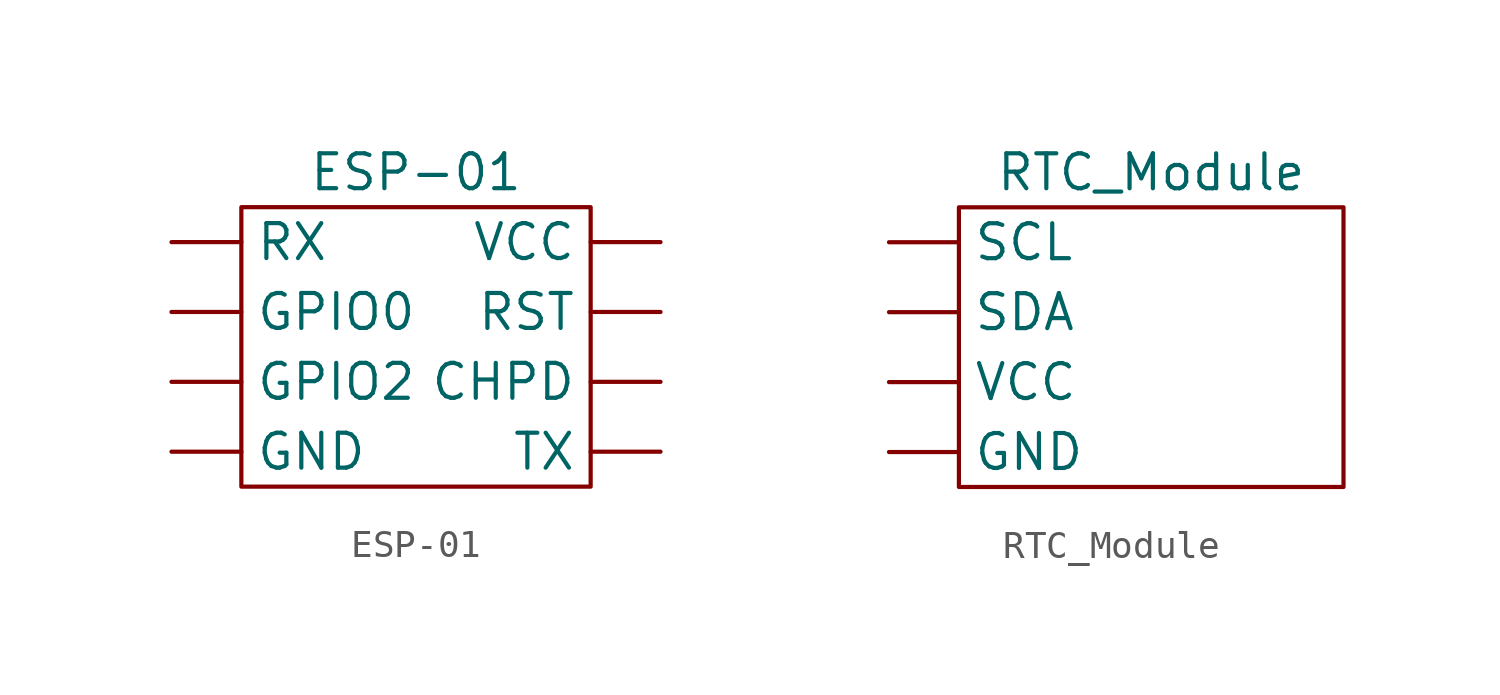
<source format=kicad_sym>
(kicad_symbol_lib
  (version 20211014)
  (generator kicad_symbol_editor)
  (symbol "ESP-01"
    (property "Reference" "U"
      (at 3.175 6.35 0)
      (effects (font (size 1.27 1.27)) hide))
    (property "Value" "ESP-01"
      (at 0 8.255 0)
      (effects (font (size 1.27 1.27))))
    (symbol "ESP-01_0_1"
      (rectangle (start -6.35 6.985) (end 6.35 -3.175) (stroke (width 0) (type default) (color 0 0 0 0)) (fill (type none))))
    (symbol "ESP-01_1_1"
      (pin input line (at 8.89 0.635 180) (length 2.54) (name "CHPD" (effects (font (size 1.27 1.27)))) (number "" (effects (font (size 1.27 1.27)))))
      (pin power_in line (at -8.89 -1.905 0) (length 2.54) (name "GND" (effects (font (size 1.27 1.27)))) (number "" (effects (font (size 1.27 1.27)))))
      (pin output line (at -8.89 3.175 0) (length 2.54) (name "GPIO0" (effects (font (size 1.27 1.27)))) (number "" (effects (font (size 1.27 1.27)))))
      (pin output line (at -8.89 0.635 0) (length 2.54) (name "GPIO2" (effects (font (size 1.27 1.27)))) (number "" (effects (font (size 1.27 1.27)))))
      (pin input line (at 8.89 3.175 180) (length 2.54) (name "RST" (effects (font (size 1.27 1.27)))) (number "" (effects (font (size 1.27 1.27)))))
      (pin input line (at -8.89 5.715 0) (length 2.54) (name "RX" (effects (font (size 1.27 1.27)))) (number "" (effects (font (size 1.27 1.27)))))
      (pin output line (at 8.89 -1.905 180) (length 2.54) (name "TX" (effects (font (size 1.27 1.27)))) (number "" (effects (font (size 1.27 1.27)))))
      (pin power_in line (at 8.89 5.715 180) (length 2.54) (name "VCC" (effects (font (size 1.27 1.27)))) (number "" (effects (font (size 1.27 1.27)))))))
  (symbol "RTC_Module"
    (property "Reference" "U"
      (at 5.08 0 0)
      (effects (font (size 1.27 1.27)) hide))
    (property "Value" "RTC_Module"
      (at 0 5.715 0)
      (effects (font (size 1.27 1.27))))
    (symbol "RTC_Module_0_1"
      (rectangle (start -6.985 4.445) (end 6.985 -5.715) (stroke (width 0) (type default) (color 0 0 0 0)) (fill (type none))))
    (symbol "RTC_Module_1_1"
      (pin power_in line (at -9.525 -4.445 0) (length 2.54) (name "GND" (effects (font (size 1.27 1.27)))) (number "" (effects (font (size 1.27 1.27)))))
      (pin input line (at -9.525 3.175 0) (length 2.54) (name "SCL" (effects (font (size 1.27 1.27)))) (number "" (effects (font (size 1.27 1.27)))))
      (pin bidirectional line (at -9.525 0.635 0) (length 2.54) (name "SDA" (effects (font (size 1.27 1.27)))) (number "" (effects (font (size 1.27 1.27)))))
      (pin power_in line (at -9.525 -1.905 0) (length 2.54) (name "VCC" (effects (font (size 1.27 1.27)))) (number "" (effects (font (size 1.27 1.27))))))))
</source>
